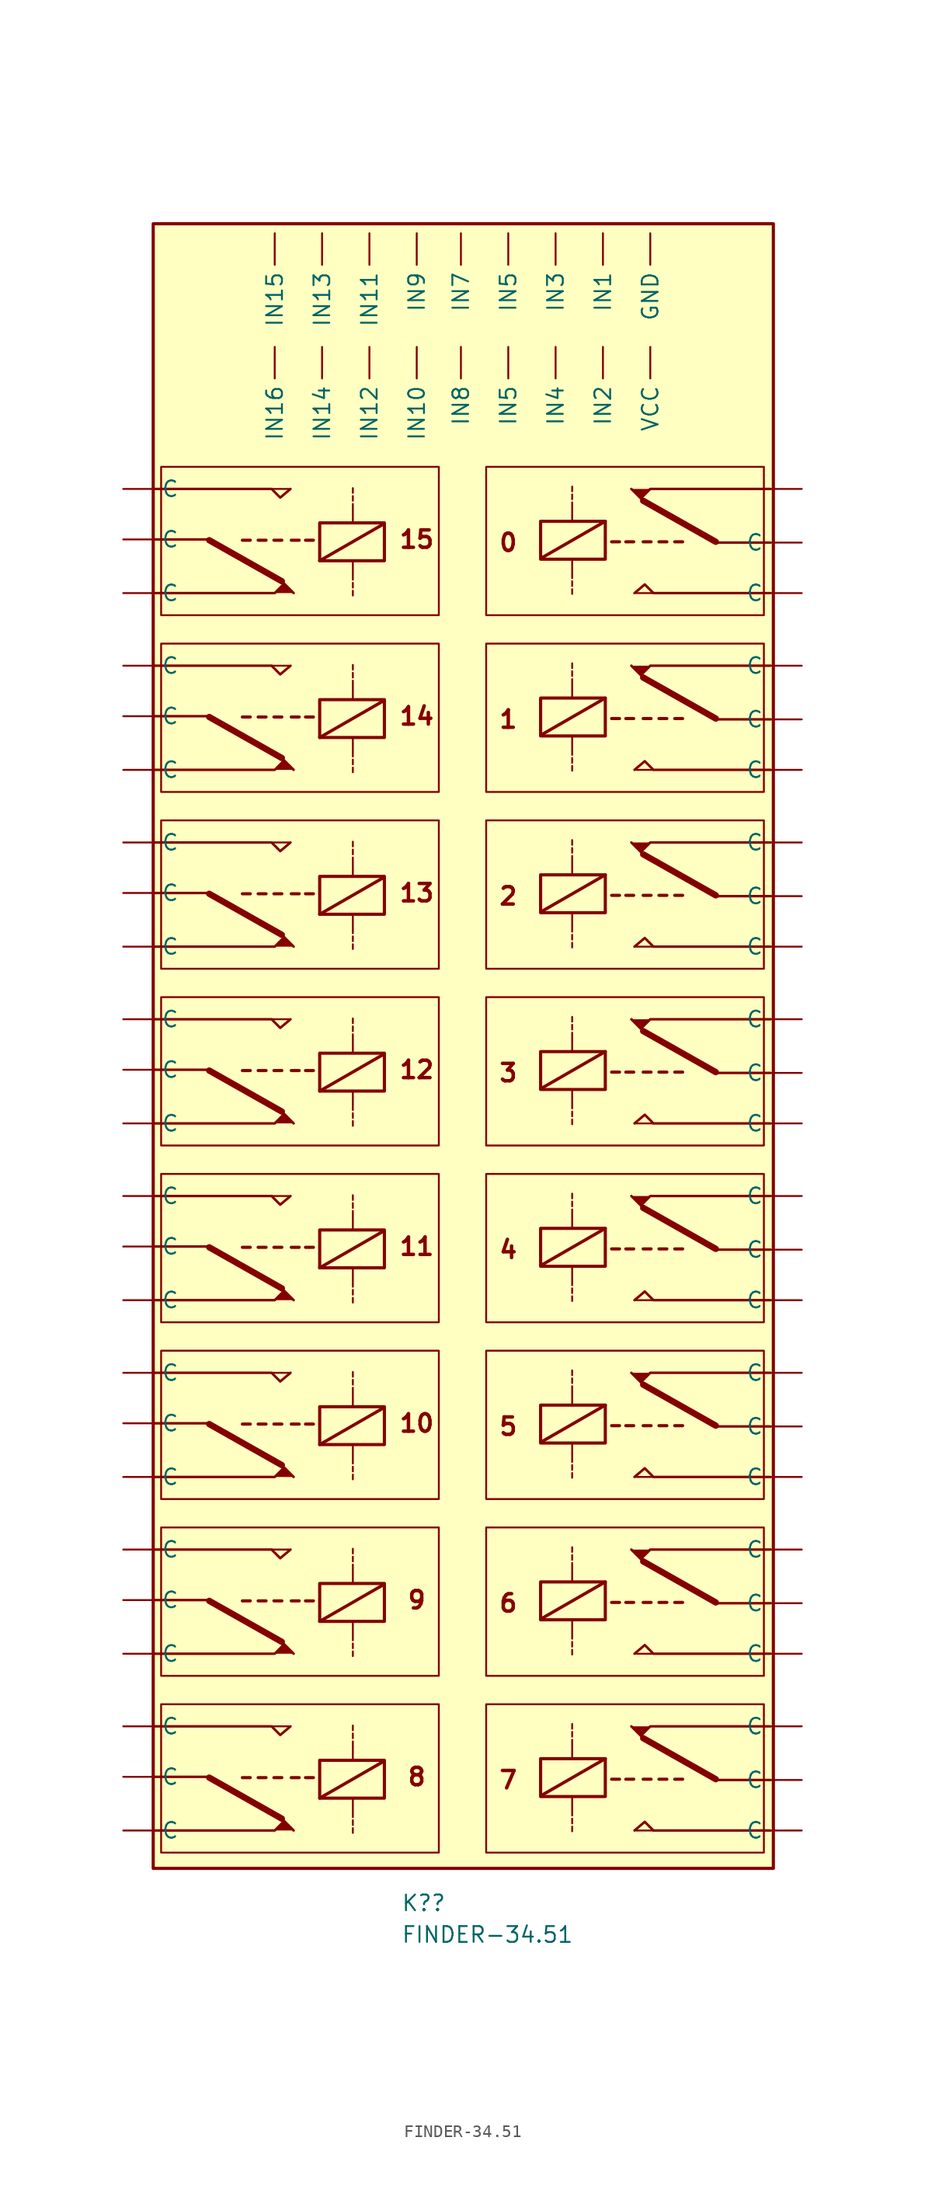
<source format=kicad_sym>
(kicad_symbol_lib
  (version 20211014)
  (generator kicad_symbol_editor)
  (symbol "FINDER-34.51"
    (property "Reference" "K?"
      (at -6.604 -118.872 0)
      (effects (font (size 1.27 1.27)) (justify left)))
    (property "Value" "FINDER-34.51"
      (at -6.604 -121.412 0)
      (effects (font (size 1.27 1.27)) (justify left)))
    (symbol "FINDER-34.51_0_0"
      (polyline (pts (xy -26.416 -104.648) (xy -17.018 -104.648) (xy -16.32 -105.347) (xy -15.494 -104.648)) (stroke (width 0.2) (type default) (color 0 0 0 0)) (fill (type none)))
      (polyline (pts (xy -26.416 -90.424) (xy -17.018 -90.424) (xy -16.32 -91.123) (xy -15.494 -90.424)) (stroke (width 0.2) (type default) (color 0 0 0 0)) (fill (type none)))
      (polyline (pts (xy -26.416 -76.2) (xy -17.018 -76.2) (xy -16.32 -76.898) (xy -15.494 -76.2)) (stroke (width 0.2) (type default) (color 0 0 0 0)) (fill (type none)))
      (polyline (pts (xy -26.416 -61.976) (xy -17.018 -61.976) (xy -16.32 -62.675) (xy -15.494 -61.976)) (stroke (width 0.2) (type default) (color 0 0 0 0)) (fill (type none)))
      (polyline (pts (xy -26.416 -47.752) (xy -17.018 -47.752) (xy -16.32 -48.45) (xy -15.494 -47.752)) (stroke (width 0.2) (type default) (color 0 0 0 0)) (fill (type none)))
      (polyline (pts (xy -26.416 -33.528) (xy -17.018 -33.528) (xy -16.32 -34.227) (xy -15.494 -33.528)) (stroke (width 0.2) (type default) (color 0 0 0 0)) (fill (type none)))
      (polyline (pts (xy -26.416 -19.304) (xy -17.018 -19.304) (xy -16.32 -20.003) (xy -15.494 -19.304)) (stroke (width 0.2) (type default) (color 0 0 0 0)) (fill (type none)))
      (polyline (pts (xy -26.416 -5.08) (xy -17.018 -5.08) (xy -16.32 -5.779) (xy -15.494 -5.08)) (stroke (width 0.2) (type default) (color 0 0 0 0)) (fill (type none)))
      (polyline (pts (xy 23.114 -113.03) (xy 13.716 -113.03) (xy 13.018 -112.332) (xy 12.192 -113.03)) (stroke (width 0.2) (type default) (color 0 0 0 0)) (fill (type none)))
      (polyline (pts (xy 23.114 -98.806) (xy 13.716 -98.806) (xy 13.018 -98.108) (xy 12.192 -98.806)) (stroke (width 0.2) (type default) (color 0 0 0 0)) (fill (type none)))
      (polyline (pts (xy 23.114 -84.582) (xy 13.716 -84.582) (xy 13.018 -83.883) (xy 12.192 -84.582)) (stroke (width 0.2) (type default) (color 0 0 0 0)) (fill (type none)))
      (polyline (pts (xy 23.114 -70.358) (xy 13.716 -70.358) (xy 13.018 -69.659) (xy 12.192 -70.358)) (stroke (width 0.2) (type default) (color 0 0 0 0)) (fill (type none)))
      (polyline (pts (xy 23.114 -56.134) (xy 13.716 -56.134) (xy 13.018 -55.435) (xy 12.192 -56.134)) (stroke (width 0.2) (type default) (color 0 0 0 0)) (fill (type none)))
      (polyline (pts (xy 23.114 -41.91) (xy 13.716 -41.91) (xy 13.018 -41.212) (xy 12.192 -41.91)) (stroke (width 0.2) (type default) (color 0 0 0 0)) (fill (type none)))
      (polyline (pts (xy 23.114 -27.686) (xy 13.716 -27.686) (xy 13.018 -26.988) (xy 12.192 -27.686)) (stroke (width 0.2) (type default) (color 0 0 0 0)) (fill (type none)))
      (polyline (pts (xy 23.114 -13.462) (xy 13.716 -13.462) (xy 13.018 -12.764) (xy 12.192 -13.462)) (stroke (width 0.2) (type default) (color 0 0 0 0)) (fill (type none)))
      (text "0" (at 2.032 -9.398 0) (effects (font (size 1.4 1.4) bold)))
      (text "1" (at 2.032 -23.622 0) (effects (font (size 1.4 1.4) bold)))
      (text "10" (at -5.334 -80.264 0) (effects (font (size 1.4 1.4) bold)))
      (text "11" (at -5.334 -66.04 0) (effects (font (size 1.4 1.4) bold)))
      (text "12" (at -5.334 -51.816 0) (effects (font (size 1.4 1.4) bold)))
      (text "13" (at -5.334 -37.592 0) (effects (font (size 1.4 1.4) bold)))
      (text "14" (at -5.334 -23.368 0) (effects (font (size 1.4 1.4) bold)))
      (text "15" (at -5.334 -9.144 0) (effects (font (size 1.4 1.4) bold)))
      (text "2" (at 2.032 -37.846 0) (effects (font (size 1.4 1.4) bold)))
      (text "3" (at 2.032 -52.07 0) (effects (font (size 1.4 1.4) bold)))
      (text "4" (at 2.032 -66.294 0) (effects (font (size 1.4 1.4) bold)))
      (text "5" (at 2.032 -80.518 0) (effects (font (size 1.4 1.4) bold)))
      (text "6" (at 2.032 -94.742 0) (effects (font (size 1.4 1.4) bold)))
      (text "7" (at 2.032 -108.966 0) (effects (font (size 1.4 1.4) bold)))
      (text "8" (at -5.334 -108.712 0) (effects (font (size 1.4 1.4) bold)))
      (text "9" (at -5.334 -94.488 0) (effects (font (size 1.4 1.4) bold))))
    (symbol "FINDER-34.51_0_1"
      (rectangle (start -26.543 16.256) (end 23.368 -116.078) (stroke (width 0.254) (type default) (color 0 0 0 0)) (fill (type background)))
      (rectangle (start -25.908 -102.87) (end -3.556 -114.808) (stroke (width 0) (type default) (color 0 0 0 0)) (fill (type none)))
      (rectangle (start -25.908 -88.646) (end -3.556 -100.584) (stroke (width 0) (type default) (color 0 0 0 0)) (fill (type none)))
      (rectangle (start -25.908 -74.422) (end -3.556 -86.36) (stroke (width 0) (type default) (color 0 0 0 0)) (fill (type none)))
      (rectangle (start -25.908 -60.198) (end -3.556 -72.136) (stroke (width 0) (type default) (color 0 0 0 0)) (fill (type none)))
      (rectangle (start -25.908 -45.974) (end -3.556 -57.912) (stroke (width 0) (type default) (color 0 0 0 0)) (fill (type none)))
      (rectangle (start -25.908 -31.75) (end -3.556 -43.688) (stroke (width 0) (type default) (color 0 0 0 0)) (fill (type none)))
      (rectangle (start -25.908 -17.526) (end -3.556 -29.464) (stroke (width 0) (type default) (color 0 0 0 0)) (fill (type none)))
      (rectangle (start -25.908 -3.302) (end -3.556 -15.24) (stroke (width 0) (type default) (color 0 0 0 0)) (fill (type none)))
      (rectangle (start -7.938 -107.379) (end -13.145 -110.427) (stroke (width 0.254) (type default) (color 0 0 0 0)) (fill (type none)))
      (rectangle (start -7.938 -93.154) (end -13.145 -96.203) (stroke (width 0.254) (type default) (color 0 0 0 0)) (fill (type none)))
      (rectangle (start -7.938 -78.93) (end -13.145 -81.978) (stroke (width 0.254) (type default) (color 0 0 0 0)) (fill (type none)))
      (rectangle (start -7.938 -64.707) (end -13.145 -67.754) (stroke (width 0.254) (type default) (color 0 0 0 0)) (fill (type none)))
      (rectangle (start -7.938 -50.483) (end -13.145 -53.531) (stroke (width 0.254) (type default) (color 0 0 0 0)) (fill (type none)))
      (rectangle (start -7.938 -36.258) (end -13.145 -39.306) (stroke (width 0.254) (type default) (color 0 0 0 0)) (fill (type none)))
      (rectangle (start -7.938 -22.035) (end -13.145 -25.082) (stroke (width 0.254) (type default) (color 0 0 0 0)) (fill (type none)))
      (rectangle (start -7.938 -7.811) (end -13.145 -10.858) (stroke (width 0.254) (type default) (color 0 0 0 0)) (fill (type none)))
      (polyline (pts (xy -22.098 -108.712) (xy -26.416 -108.712)) (stroke (width 0.2) (type default) (color 0 0 0 0)) (fill (type none)))
      (polyline (pts (xy -22.098 -94.488) (xy -26.416 -94.488)) (stroke (width 0.2) (type default) (color 0 0 0 0)) (fill (type none)))
      (polyline (pts (xy -22.098 -80.264) (xy -26.416 -80.264)) (stroke (width 0.2) (type default) (color 0 0 0 0)) (fill (type none)))
      (polyline (pts (xy -22.098 -66.04) (xy -26.416 -66.04)) (stroke (width 0.2) (type default) (color 0 0 0 0)) (fill (type none)))
      (polyline (pts (xy -22.098 -51.816) (xy -26.416 -51.816)) (stroke (width 0.2) (type default) (color 0 0 0 0)) (fill (type none)))
      (polyline (pts (xy -22.098 -37.592) (xy -26.416 -37.592)) (stroke (width 0.2) (type default) (color 0 0 0 0)) (fill (type none)))
      (polyline (pts (xy -22.098 -23.368) (xy -26.416 -23.368)) (stroke (width 0.2) (type default) (color 0 0 0 0)) (fill (type none)))
      (polyline (pts (xy -22.098 -9.144) (xy -26.416 -9.144)) (stroke (width 0.2) (type default) (color 0 0 0 0)) (fill (type none)))
      (polyline (pts (xy -22.035 -108.775) (xy -16.192 -112.078)) (stroke (width 0.508) (type default) (color 0 0 0 0)) (fill (type none)))
      (polyline (pts (xy -22.035 -94.552) (xy -16.192 -97.853)) (stroke (width 0.508) (type default) (color 0 0 0 0)) (fill (type none)))
      (polyline (pts (xy -22.035 -80.328) (xy -16.192 -83.629)) (stroke (width 0.508) (type default) (color 0 0 0 0)) (fill (type none)))
      (polyline (pts (xy -22.035 -66.103) (xy -16.192 -69.406)) (stroke (width 0.508) (type default) (color 0 0 0 0)) (fill (type none)))
      (polyline (pts (xy -22.035 -51.88) (xy -16.192 -55.181)) (stroke (width 0.508) (type default) (color 0 0 0 0)) (fill (type none)))
      (polyline (pts (xy -22.035 -37.656) (xy -16.192 -40.958)) (stroke (width 0.508) (type default) (color 0 0 0 0)) (fill (type none)))
      (polyline (pts (xy -22.035 -23.431) (xy -16.192 -26.733)) (stroke (width 0.508) (type default) (color 0 0 0 0)) (fill (type none)))
      (polyline (pts (xy -22.035 -9.207) (xy -16.192 -12.509)) (stroke (width 0.508) (type default) (color 0 0 0 0)) (fill (type none)))
      (polyline (pts (xy -19.367 -108.775) (xy -18.733 -108.775)) (stroke (width 0.254) (type default) (color 0 0 0 0)) (fill (type none)))
      (polyline (pts (xy -19.367 -94.552) (xy -18.733 -94.552)) (stroke (width 0.254) (type default) (color 0 0 0 0)) (fill (type none)))
      (polyline (pts (xy -19.367 -80.328) (xy -18.733 -80.328)) (stroke (width 0.254) (type default) (color 0 0 0 0)) (fill (type none)))
      (polyline (pts (xy -19.367 -66.103) (xy -18.733 -66.103)) (stroke (width 0.254) (type default) (color 0 0 0 0)) (fill (type none)))
      (polyline (pts (xy -19.367 -51.88) (xy -18.733 -51.88)) (stroke (width 0.254) (type default) (color 0 0 0 0)) (fill (type none)))
      (polyline (pts (xy -19.367 -37.656) (xy -18.733 -37.656)) (stroke (width 0.254) (type default) (color 0 0 0 0)) (fill (type none)))
      (polyline (pts (xy -19.367 -23.431) (xy -18.733 -23.431)) (stroke (width 0.254) (type default) (color 0 0 0 0)) (fill (type none)))
      (polyline (pts (xy -19.367 -9.207) (xy -18.733 -9.207)) (stroke (width 0.254) (type default) (color 0 0 0 0)) (fill (type none)))
      (polyline (pts (xy -18.098 -108.775) (xy -17.462 -108.775)) (stroke (width 0.254) (type default) (color 0 0 0 0)) (fill (type none)))
      (polyline (pts (xy -18.098 -94.552) (xy -17.462 -94.552)) (stroke (width 0.254) (type default) (color 0 0 0 0)) (fill (type none)))
      (polyline (pts (xy -18.098 -80.328) (xy -17.462 -80.328)) (stroke (width 0.254) (type default) (color 0 0 0 0)) (fill (type none)))
      (polyline (pts (xy -18.098 -66.103) (xy -17.462 -66.103)) (stroke (width 0.254) (type default) (color 0 0 0 0)) (fill (type none)))
      (polyline (pts (xy -18.098 -51.88) (xy -17.462 -51.88)) (stroke (width 0.254) (type default) (color 0 0 0 0)) (fill (type none)))
      (polyline (pts (xy -18.098 -37.656) (xy -17.462 -37.656)) (stroke (width 0.254) (type default) (color 0 0 0 0)) (fill (type none)))
      (polyline (pts (xy -18.098 -23.431) (xy -17.462 -23.431)) (stroke (width 0.254) (type default) (color 0 0 0 0)) (fill (type none)))
      (polyline (pts (xy -18.098 -9.207) (xy -17.462 -9.207)) (stroke (width 0.254) (type default) (color 0 0 0 0)) (fill (type none)))
      (polyline (pts (xy -17.018 -104.648) (xy -15.621 -104.648)) (stroke (width 0) (type default) (color 0 0 0 0)) (fill (type none)))
      (polyline (pts (xy -17.018 -90.424) (xy -15.621 -90.424)) (stroke (width 0) (type default) (color 0 0 0 0)) (fill (type none)))
      (polyline (pts (xy -17.018 -76.2) (xy -15.621 -76.2)) (stroke (width 0) (type default) (color 0 0 0 0)) (fill (type none)))
      (polyline (pts (xy -17.018 -61.976) (xy -15.621 -61.976)) (stroke (width 0) (type default) (color 0 0 0 0)) (fill (type none)))
      (polyline (pts (xy -17.018 -47.752) (xy -15.621 -47.752)) (stroke (width 0) (type default) (color 0 0 0 0)) (fill (type none)))
      (polyline (pts (xy -17.018 -33.528) (xy -15.621 -33.528)) (stroke (width 0) (type default) (color 0 0 0 0)) (fill (type none)))
      (polyline (pts (xy -17.018 -19.304) (xy -15.621 -19.304)) (stroke (width 0) (type default) (color 0 0 0 0)) (fill (type none)))
      (polyline (pts (xy -17.018 -5.08) (xy -15.621 -5.08)) (stroke (width 0) (type default) (color 0 0 0 0)) (fill (type none)))
      (polyline (pts (xy -16.828 -108.775) (xy -16.192 -108.775)) (stroke (width 0.254) (type default) (color 0 0 0 0)) (fill (type none)))
      (polyline (pts (xy -16.828 -94.552) (xy -16.192 -94.552)) (stroke (width 0.254) (type default) (color 0 0 0 0)) (fill (type none)))
      (polyline (pts (xy -16.828 -80.328) (xy -16.192 -80.328)) (stroke (width 0.254) (type default) (color 0 0 0 0)) (fill (type none)))
      (polyline (pts (xy -16.828 -66.103) (xy -16.192 -66.103)) (stroke (width 0.254) (type default) (color 0 0 0 0)) (fill (type none)))
      (polyline (pts (xy -16.828 -51.88) (xy -16.192 -51.88)) (stroke (width 0.254) (type default) (color 0 0 0 0)) (fill (type none)))
      (polyline (pts (xy -16.828 -37.656) (xy -16.192 -37.656)) (stroke (width 0.254) (type default) (color 0 0 0 0)) (fill (type none)))
      (polyline (pts (xy -16.828 -23.431) (xy -16.192 -23.431)) (stroke (width 0.254) (type default) (color 0 0 0 0)) (fill (type none)))
      (polyline (pts (xy -16.828 -9.207) (xy -16.192 -9.207)) (stroke (width 0.254) (type default) (color 0 0 0 0)) (fill (type none)))
      (polyline (pts (xy -15.431 -108.775) (xy -14.796 -108.775)) (stroke (width 0.254) (type default) (color 0 0 0 0)) (fill (type none)))
      (polyline (pts (xy -15.431 -94.552) (xy -14.796 -94.552)) (stroke (width 0.254) (type default) (color 0 0 0 0)) (fill (type none)))
      (polyline (pts (xy -15.431 -80.328) (xy -14.796 -80.328)) (stroke (width 0.254) (type default) (color 0 0 0 0)) (fill (type none)))
      (polyline (pts (xy -15.431 -66.103) (xy -14.796 -66.103)) (stroke (width 0.254) (type default) (color 0 0 0 0)) (fill (type none)))
      (polyline (pts (xy -15.431 -51.88) (xy -14.796 -51.88)) (stroke (width 0.254) (type default) (color 0 0 0 0)) (fill (type none)))
      (polyline (pts (xy -15.431 -37.656) (xy -14.796 -37.656)) (stroke (width 0.254) (type default) (color 0 0 0 0)) (fill (type none)))
      (polyline (pts (xy -15.431 -23.431) (xy -14.796 -23.431)) (stroke (width 0.254) (type default) (color 0 0 0 0)) (fill (type none)))
      (polyline (pts (xy -15.431 -9.207) (xy -14.796 -9.207)) (stroke (width 0.254) (type default) (color 0 0 0 0)) (fill (type none)))
      (polyline (pts (xy -14.287 -108.775) (xy -13.652 -108.775)) (stroke (width 0.254) (type default) (color 0 0 0 0)) (fill (type none)))
      (polyline (pts (xy -14.287 -94.552) (xy -13.652 -94.552)) (stroke (width 0.254) (type default) (color 0 0 0 0)) (fill (type none)))
      (polyline (pts (xy -14.287 -80.328) (xy -13.652 -80.328)) (stroke (width 0.254) (type default) (color 0 0 0 0)) (fill (type none)))
      (polyline (pts (xy -14.287 -66.103) (xy -13.652 -66.103)) (stroke (width 0.254) (type default) (color 0 0 0 0)) (fill (type none)))
      (polyline (pts (xy -14.287 -51.88) (xy -13.652 -51.88)) (stroke (width 0.254) (type default) (color 0 0 0 0)) (fill (type none)))
      (polyline (pts (xy -14.287 -37.656) (xy -13.652 -37.656)) (stroke (width 0.254) (type default) (color 0 0 0 0)) (fill (type none)))
      (polyline (pts (xy -14.287 -23.431) (xy -13.652 -23.431)) (stroke (width 0.254) (type default) (color 0 0 0 0)) (fill (type none)))
      (polyline (pts (xy -14.287 -9.207) (xy -13.652 -9.207)) (stroke (width 0.254) (type default) (color 0 0 0 0)) (fill (type none)))
      (polyline (pts (xy -13.145 -110.427) (xy -8.065 -107.505)) (stroke (width 0.254) (type default) (color 0 0 0 0)) (fill (type none)))
      (polyline (pts (xy -13.145 -96.203) (xy -8.065 -93.281)) (stroke (width 0.254) (type default) (color 0 0 0 0)) (fill (type none)))
      (polyline (pts (xy -13.145 -81.978) (xy -8.065 -79.058)) (stroke (width 0.254) (type default) (color 0 0 0 0)) (fill (type none)))
      (polyline (pts (xy -13.145 -67.754) (xy -8.065 -64.834)) (stroke (width 0.254) (type default) (color 0 0 0 0)) (fill (type none)))
      (polyline (pts (xy -13.145 -53.531) (xy -8.065 -50.609)) (stroke (width 0.254) (type default) (color 0 0 0 0)) (fill (type none)))
      (polyline (pts (xy -13.145 -39.306) (xy -8.065 -36.386)) (stroke (width 0.254) (type default) (color 0 0 0 0)) (fill (type none)))
      (polyline (pts (xy -13.145 -25.082) (xy -8.065 -22.162)) (stroke (width 0.254) (type default) (color 0 0 0 0)) (fill (type none)))
      (polyline (pts (xy -13.145 -10.858) (xy -8.065 -7.938)) (stroke (width 0.254) (type default) (color 0 0 0 0)) (fill (type none)))
      (polyline (pts (xy -10.477 -113.221) (xy -10.477 -112.84)) (stroke (width 0) (type default) (color 0 0 0 0)) (fill (type none)))
      (polyline (pts (xy -10.477 -112.585) (xy -10.477 -112.204)) (stroke (width 0) (type default) (color 0 0 0 0)) (fill (type none)))
      (polyline (pts (xy -10.477 -111.951) (xy -10.477 -110.553)) (stroke (width 0) (type default) (color 0 0 0 0)) (fill (type none)))
      (polyline (pts (xy -10.477 -105.855) (xy -10.477 -107.251)) (stroke (width 0) (type default) (color 0 0 0 0)) (fill (type none)))
      (polyline (pts (xy -10.477 -105.219) (xy -10.477 -105.6)) (stroke (width 0) (type default) (color 0 0 0 0)) (fill (type none)))
      (polyline (pts (xy -10.477 -104.585) (xy -10.477 -104.966)) (stroke (width 0) (type default) (color 0 0 0 0)) (fill (type none)))
      (polyline (pts (xy -10.477 -98.996) (xy -10.477 -98.615)) (stroke (width 0) (type default) (color 0 0 0 0)) (fill (type none)))
      (polyline (pts (xy -10.477 -98.362) (xy -10.477 -97.981)) (stroke (width 0) (type default) (color 0 0 0 0)) (fill (type none)))
      (polyline (pts (xy -10.477 -97.727) (xy -10.477 -96.329)) (stroke (width 0) (type default) (color 0 0 0 0)) (fill (type none)))
      (polyline (pts (xy -10.477 -91.63) (xy -10.477 -93.028)) (stroke (width 0) (type default) (color 0 0 0 0)) (fill (type none)))
      (polyline (pts (xy -10.477 -90.996) (xy -10.477 -91.376)) (stroke (width 0) (type default) (color 0 0 0 0)) (fill (type none)))
      (polyline (pts (xy -10.477 -90.361) (xy -10.477 -90.742)) (stroke (width 0) (type default) (color 0 0 0 0)) (fill (type none)))
      (polyline (pts (xy -10.477 -84.772) (xy -10.477 -84.391)) (stroke (width 0) (type default) (color 0 0 0 0)) (fill (type none)))
      (polyline (pts (xy -10.477 -84.138) (xy -10.477 -83.757)) (stroke (width 0) (type default) (color 0 0 0 0)) (fill (type none)))
      (polyline (pts (xy -10.477 -83.502) (xy -10.477 -82.106)) (stroke (width 0) (type default) (color 0 0 0 0)) (fill (type none)))
      (polyline (pts (xy -10.477 -77.406) (xy -10.477 -78.803)) (stroke (width 0) (type default) (color 0 0 0 0)) (fill (type none)))
      (polyline (pts (xy -10.477 -76.772) (xy -10.477 -77.153)) (stroke (width 0) (type default) (color 0 0 0 0)) (fill (type none)))
      (polyline (pts (xy -10.477 -76.136) (xy -10.477 -76.517)) (stroke (width 0) (type default) (color 0 0 0 0)) (fill (type none)))
      (polyline (pts (xy -10.477 -70.549) (xy -10.477 -70.168)) (stroke (width 0) (type default) (color 0 0 0 0)) (fill (type none)))
      (polyline (pts (xy -10.477 -69.913) (xy -10.477 -69.532)) (stroke (width 0) (type default) (color 0 0 0 0)) (fill (type none)))
      (polyline (pts (xy -10.477 -69.278) (xy -10.477 -67.882)) (stroke (width 0) (type default) (color 0 0 0 0)) (fill (type none)))
      (polyline (pts (xy -10.477 -63.182) (xy -10.477 -64.579)) (stroke (width 0) (type default) (color 0 0 0 0)) (fill (type none)))
      (polyline (pts (xy -10.477 -62.547) (xy -10.477 -62.928)) (stroke (width 0) (type default) (color 0 0 0 0)) (fill (type none)))
      (polyline (pts (xy -10.477 -61.913) (xy -10.477 -62.294)) (stroke (width 0) (type default) (color 0 0 0 0)) (fill (type none)))
      (polyline (pts (xy -10.477 -56.325) (xy -10.477 -55.944)) (stroke (width 0) (type default) (color 0 0 0 0)) (fill (type none)))
      (polyline (pts (xy -10.477 -55.69) (xy -10.477 -55.309)) (stroke (width 0) (type default) (color 0 0 0 0)) (fill (type none)))
      (polyline (pts (xy -10.477 -55.054) (xy -10.477 -53.657)) (stroke (width 0) (type default) (color 0 0 0 0)) (fill (type none)))
      (polyline (pts (xy -10.477 -48.959) (xy -10.477 -50.355)) (stroke (width 0) (type default) (color 0 0 0 0)) (fill (type none)))
      (polyline (pts (xy -10.477 -48.324) (xy -10.477 -48.705)) (stroke (width 0) (type default) (color 0 0 0 0)) (fill (type none)))
      (polyline (pts (xy -10.477 -47.688) (xy -10.477 -48.069)) (stroke (width 0) (type default) (color 0 0 0 0)) (fill (type none)))
      (polyline (pts (xy -10.477 -42.1) (xy -10.477 -41.719)) (stroke (width 0) (type default) (color 0 0 0 0)) (fill (type none)))
      (polyline (pts (xy -10.477 -41.465) (xy -10.477 -41.084)) (stroke (width 0) (type default) (color 0 0 0 0)) (fill (type none)))
      (polyline (pts (xy -10.477 -40.831) (xy -10.477 -39.434)) (stroke (width 0) (type default) (color 0 0 0 0)) (fill (type none)))
      (polyline (pts (xy -10.477 -34.734) (xy -10.477 -36.132)) (stroke (width 0) (type default) (color 0 0 0 0)) (fill (type none)))
      (polyline (pts (xy -10.477 -34.099) (xy -10.477 -34.48)) (stroke (width 0) (type default) (color 0 0 0 0)) (fill (type none)))
      (polyline (pts (xy -10.477 -33.465) (xy -10.477 -33.846)) (stroke (width 0) (type default) (color 0 0 0 0)) (fill (type none)))
      (polyline (pts (xy -10.477 -27.877) (xy -10.477 -27.495)) (stroke (width 0) (type default) (color 0 0 0 0)) (fill (type none)))
      (polyline (pts (xy -10.477 -27.241) (xy -10.477 -26.86)) (stroke (width 0) (type default) (color 0 0 0 0)) (fill (type none)))
      (polyline (pts (xy -10.477 -26.607) (xy -10.477 -25.209)) (stroke (width 0) (type default) (color 0 0 0 0)) (fill (type none)))
      (polyline (pts (xy -10.477 -20.511) (xy -10.477 -21.907)) (stroke (width 0) (type default) (color 0 0 0 0)) (fill (type none)))
      (polyline (pts (xy -10.477 -19.875) (xy -10.477 -20.256)) (stroke (width 0) (type default) (color 0 0 0 0)) (fill (type none)))
      (polyline (pts (xy -10.477 -19.241) (xy -10.477 -19.622)) (stroke (width 0) (type default) (color 0 0 0 0)) (fill (type none)))
      (polyline (pts (xy -10.477 -13.652) (xy -10.477 -13.271)) (stroke (width 0) (type default) (color 0 0 0 0)) (fill (type none)))
      (polyline (pts (xy -10.477 -13.018) (xy -10.477 -12.636)) (stroke (width 0) (type default) (color 0 0 0 0)) (fill (type none)))
      (polyline (pts (xy -10.477 -12.383) (xy -10.477 -10.986)) (stroke (width 0) (type default) (color 0 0 0 0)) (fill (type none)))
      (polyline (pts (xy -10.477 -6.287) (xy -10.477 -7.684)) (stroke (width 0) (type default) (color 0 0 0 0)) (fill (type none)))
      (polyline (pts (xy -10.477 -5.652) (xy -10.477 -6.032)) (stroke (width 0) (type default) (color 0 0 0 0)) (fill (type none)))
      (polyline (pts (xy -10.477 -5.016) (xy -10.477 -5.397)) (stroke (width 0) (type default) (color 0 0 0 0)) (fill (type none)))
      (polyline (pts (xy 7.176 -113.094) (xy 7.176 -112.713)) (stroke (width 0) (type default) (color 0 0 0 0)) (fill (type none)))
      (polyline (pts (xy 7.176 -112.459) (xy 7.176 -112.078)) (stroke (width 0) (type default) (color 0 0 0 0)) (fill (type none)))
      (polyline (pts (xy 7.176 -111.823) (xy 7.176 -110.427)) (stroke (width 0) (type default) (color 0 0 0 0)) (fill (type none)))
      (polyline (pts (xy 7.176 -105.728) (xy 7.176 -107.124)) (stroke (width 0) (type default) (color 0 0 0 0)) (fill (type none)))
      (polyline (pts (xy 7.176 -105.093) (xy 7.176 -105.474)) (stroke (width 0) (type default) (color 0 0 0 0)) (fill (type none)))
      (polyline (pts (xy 7.176 -104.457) (xy 7.176 -104.838)) (stroke (width 0) (type default) (color 0 0 0 0)) (fill (type none)))
      (polyline (pts (xy 7.176 -98.87) (xy 7.176 -98.489)) (stroke (width 0) (type default) (color 0 0 0 0)) (fill (type none)))
      (polyline (pts (xy 7.176 -98.234) (xy 7.176 -97.853)) (stroke (width 0) (type default) (color 0 0 0 0)) (fill (type none)))
      (polyline (pts (xy 7.176 -97.6) (xy 7.176 -96.203)) (stroke (width 0) (type default) (color 0 0 0 0)) (fill (type none)))
      (polyline (pts (xy 7.176 -91.504) (xy 7.176 -92.9)) (stroke (width 0) (type default) (color 0 0 0 0)) (fill (type none)))
      (polyline (pts (xy 7.176 -90.868) (xy 7.176 -91.249)) (stroke (width 0) (type default) (color 0 0 0 0)) (fill (type none)))
      (polyline (pts (xy 7.176 -90.234) (xy 7.176 -90.615)) (stroke (width 0) (type default) (color 0 0 0 0)) (fill (type none)))
      (polyline (pts (xy 7.176 -84.645) (xy 7.176 -84.264)) (stroke (width 0) (type default) (color 0 0 0 0)) (fill (type none)))
      (polyline (pts (xy 7.176 -84.01) (xy 7.176 -83.629)) (stroke (width 0) (type default) (color 0 0 0 0)) (fill (type none)))
      (polyline (pts (xy 7.176 -83.376) (xy 7.176 -81.978)) (stroke (width 0) (type default) (color 0 0 0 0)) (fill (type none)))
      (polyline (pts (xy 7.176 -77.279) (xy 7.176 -78.677)) (stroke (width 0) (type default) (color 0 0 0 0)) (fill (type none)))
      (polyline (pts (xy 7.176 -76.644) (xy 7.176 -77.025)) (stroke (width 0) (type default) (color 0 0 0 0)) (fill (type none)))
      (polyline (pts (xy 7.176 -76.01) (xy 7.176 -76.391)) (stroke (width 0) (type default) (color 0 0 0 0)) (fill (type none)))
      (polyline (pts (xy 7.176 -70.421) (xy 7.176 -70.04)) (stroke (width 0) (type default) (color 0 0 0 0)) (fill (type none)))
      (polyline (pts (xy 7.176 -69.787) (xy 7.176 -69.406)) (stroke (width 0) (type default) (color 0 0 0 0)) (fill (type none)))
      (polyline (pts (xy 7.176 -69.151) (xy 7.176 -67.754)) (stroke (width 0) (type default) (color 0 0 0 0)) (fill (type none)))
      (polyline (pts (xy 7.176 -63.056) (xy 7.176 -64.453)) (stroke (width 0) (type default) (color 0 0 0 0)) (fill (type none)))
      (polyline (pts (xy 7.176 -62.42) (xy 7.176 -62.801)) (stroke (width 0) (type default) (color 0 0 0 0)) (fill (type none)))
      (polyline (pts (xy 7.176 -61.785) (xy 7.176 -62.166)) (stroke (width 0) (type default) (color 0 0 0 0)) (fill (type none)))
      (polyline (pts (xy 7.176 -56.197) (xy 7.176 -55.816)) (stroke (width 0) (type default) (color 0 0 0 0)) (fill (type none)))
      (polyline (pts (xy 7.176 -55.562) (xy 7.176 -55.181)) (stroke (width 0) (type default) (color 0 0 0 0)) (fill (type none)))
      (polyline (pts (xy 7.176 -54.928) (xy 7.176 -53.531)) (stroke (width 0) (type default) (color 0 0 0 0)) (fill (type none)))
      (polyline (pts (xy 7.176 -48.831) (xy 7.176 -50.228)) (stroke (width 0) (type default) (color 0 0 0 0)) (fill (type none)))
      (polyline (pts (xy 7.176 -48.197) (xy 7.176 -48.578)) (stroke (width 0) (type default) (color 0 0 0 0)) (fill (type none)))
      (polyline (pts (xy 7.176 -47.562) (xy 7.176 -47.943)) (stroke (width 0) (type default) (color 0 0 0 0)) (fill (type none)))
      (polyline (pts (xy 7.176 -41.974) (xy 7.176 -41.593)) (stroke (width 0) (type default) (color 0 0 0 0)) (fill (type none)))
      (polyline (pts (xy 7.176 -41.339) (xy 7.176 -40.958)) (stroke (width 0) (type default) (color 0 0 0 0)) (fill (type none)))
      (polyline (pts (xy 7.176 -40.703) (xy 7.176 -39.306)) (stroke (width 0) (type default) (color 0 0 0 0)) (fill (type none)))
      (polyline (pts (xy 7.176 -34.608) (xy 7.176 -36.005)) (stroke (width 0) (type default) (color 0 0 0 0)) (fill (type none)))
      (polyline (pts (xy 7.176 -33.972) (xy 7.176 -34.353)) (stroke (width 0) (type default) (color 0 0 0 0)) (fill (type none)))
      (polyline (pts (xy 7.176 -33.337) (xy 7.176 -33.718)) (stroke (width 0) (type default) (color 0 0 0 0)) (fill (type none)))
      (polyline (pts (xy 7.176 -27.75) (xy 7.176 -27.369)) (stroke (width 0) (type default) (color 0 0 0 0)) (fill (type none)))
      (polyline (pts (xy 7.176 -27.114) (xy 7.176 -26.733)) (stroke (width 0) (type default) (color 0 0 0 0)) (fill (type none)))
      (polyline (pts (xy 7.176 -26.48) (xy 7.176 -25.082)) (stroke (width 0) (type default) (color 0 0 0 0)) (fill (type none)))
      (polyline (pts (xy 7.176 -20.384) (xy 7.176 -21.78)) (stroke (width 0) (type default) (color 0 0 0 0)) (fill (type none)))
      (polyline (pts (xy 7.176 -19.748) (xy 7.176 -20.13)) (stroke (width 0) (type default) (color 0 0 0 0)) (fill (type none)))
      (polyline (pts (xy 7.176 -19.113) (xy 7.176 -19.494)) (stroke (width 0) (type default) (color 0 0 0 0)) (fill (type none)))
      (polyline (pts (xy 7.176 -13.525) (xy 7.176 -13.145)) (stroke (width 0) (type default) (color 0 0 0 0)) (fill (type none)))
      (polyline (pts (xy 7.176 -12.89) (xy 7.176 -12.509)) (stroke (width 0) (type default) (color 0 0 0 0)) (fill (type none)))
      (polyline (pts (xy 7.176 -12.255) (xy 7.176 -10.858)) (stroke (width 0) (type default) (color 0 0 0 0)) (fill (type none)))
      (polyline (pts (xy 7.176 -6.16) (xy 7.176 -7.556)) (stroke (width 0) (type default) (color 0 0 0 0)) (fill (type none)))
      (polyline (pts (xy 7.176 -5.524) (xy 7.176 -5.905)) (stroke (width 0) (type default) (color 0 0 0 0)) (fill (type none)))
      (polyline (pts (xy 7.176 -4.889) (xy 7.176 -5.271)) (stroke (width 0) (type default) (color 0 0 0 0)) (fill (type none)))
      (polyline (pts (xy 9.842 -107.251) (xy 4.763 -110.172)) (stroke (width 0.254) (type default) (color 0 0 0 0)) (fill (type none)))
      (polyline (pts (xy 9.842 -93.028) (xy 4.763 -95.948)) (stroke (width 0.254) (type default) (color 0 0 0 0)) (fill (type none)))
      (polyline (pts (xy 9.842 -78.803) (xy 4.763 -81.725)) (stroke (width 0.254) (type default) (color 0 0 0 0)) (fill (type none)))
      (polyline (pts (xy 9.842 -64.579) (xy 4.763 -67.501)) (stroke (width 0.254) (type default) (color 0 0 0 0)) (fill (type none)))
      (polyline (pts (xy 9.842 -50.355) (xy 4.763 -53.276)) (stroke (width 0.254) (type default) (color 0 0 0 0)) (fill (type none)))
      (polyline (pts (xy 9.842 -36.132) (xy 4.763 -39.053)) (stroke (width 0.254) (type default) (color 0 0 0 0)) (fill (type none)))
      (polyline (pts (xy 9.842 -21.907) (xy 4.763 -24.828)) (stroke (width 0.254) (type default) (color 0 0 0 0)) (fill (type none)))
      (polyline (pts (xy 9.842 -7.684) (xy 4.763 -10.604)) (stroke (width 0.254) (type default) (color 0 0 0 0)) (fill (type none)))
      (polyline (pts (xy 10.986 -108.903) (xy 10.351 -108.903)) (stroke (width 0.254) (type default) (color 0 0 0 0)) (fill (type none)))
      (polyline (pts (xy 10.986 -94.678) (xy 10.351 -94.678)) (stroke (width 0.254) (type default) (color 0 0 0 0)) (fill (type none)))
      (polyline (pts (xy 10.986 -80.454) (xy 10.351 -80.454)) (stroke (width 0.254) (type default) (color 0 0 0 0)) (fill (type none)))
      (polyline (pts (xy 10.986 -66.231) (xy 10.351 -66.231)) (stroke (width 0.254) (type default) (color 0 0 0 0)) (fill (type none)))
      (polyline (pts (xy 10.986 -52.007) (xy 10.351 -52.007)) (stroke (width 0.254) (type default) (color 0 0 0 0)) (fill (type none)))
      (polyline (pts (xy 10.986 -37.782) (xy 10.351 -37.782)) (stroke (width 0.254) (type default) (color 0 0 0 0)) (fill (type none)))
      (polyline (pts (xy 10.986 -23.558) (xy 10.351 -23.558)) (stroke (width 0.254) (type default) (color 0 0 0 0)) (fill (type none)))
      (polyline (pts (xy 10.986 -9.335) (xy 10.351 -9.335)) (stroke (width 0.254) (type default) (color 0 0 0 0)) (fill (type none)))
      (polyline (pts (xy 12.129 -108.903) (xy 11.493 -108.903)) (stroke (width 0.254) (type default) (color 0 0 0 0)) (fill (type none)))
      (polyline (pts (xy 12.129 -94.678) (xy 11.493 -94.678)) (stroke (width 0.254) (type default) (color 0 0 0 0)) (fill (type none)))
      (polyline (pts (xy 12.129 -80.454) (xy 11.493 -80.454)) (stroke (width 0.254) (type default) (color 0 0 0 0)) (fill (type none)))
      (polyline (pts (xy 12.129 -66.231) (xy 11.493 -66.231)) (stroke (width 0.254) (type default) (color 0 0 0 0)) (fill (type none)))
      (polyline (pts (xy 12.129 -52.007) (xy 11.493 -52.007)) (stroke (width 0.254) (type default) (color 0 0 0 0)) (fill (type none)))
      (polyline (pts (xy 12.129 -37.782) (xy 11.493 -37.782)) (stroke (width 0.254) (type default) (color 0 0 0 0)) (fill (type none)))
      (polyline (pts (xy 12.129 -23.558) (xy 11.493 -23.558)) (stroke (width 0.254) (type default) (color 0 0 0 0)) (fill (type none)))
      (polyline (pts (xy 12.129 -9.335) (xy 11.493 -9.335)) (stroke (width 0.254) (type default) (color 0 0 0 0)) (fill (type none)))
      (polyline (pts (xy 13.525 -108.903) (xy 12.89 -108.903)) (stroke (width 0.254) (type default) (color 0 0 0 0)) (fill (type none)))
      (polyline (pts (xy 13.525 -94.678) (xy 12.89 -94.678)) (stroke (width 0.254) (type default) (color 0 0 0 0)) (fill (type none)))
      (polyline (pts (xy 13.525 -80.454) (xy 12.89 -80.454)) (stroke (width 0.254) (type default) (color 0 0 0 0)) (fill (type none)))
      (polyline (pts (xy 13.525 -66.231) (xy 12.89 -66.231)) (stroke (width 0.254) (type default) (color 0 0 0 0)) (fill (type none)))
      (polyline (pts (xy 13.525 -52.007) (xy 12.89 -52.007)) (stroke (width 0.254) (type default) (color 0 0 0 0)) (fill (type none)))
      (polyline (pts (xy 13.525 -37.782) (xy 12.89 -37.782)) (stroke (width 0.254) (type default) (color 0 0 0 0)) (fill (type none)))
      (polyline (pts (xy 13.525 -23.558) (xy 12.89 -23.558)) (stroke (width 0.254) (type default) (color 0 0 0 0)) (fill (type none)))
      (polyline (pts (xy 13.525 -9.335) (xy 12.89 -9.335)) (stroke (width 0.254) (type default) (color 0 0 0 0)) (fill (type none)))
      (polyline (pts (xy 13.716 -113.03) (xy 12.319 -113.03)) (stroke (width 0) (type default) (color 0 0 0 0)) (fill (type none)))
      (polyline (pts (xy 13.716 -98.806) (xy 12.319 -98.806)) (stroke (width 0) (type default) (color 0 0 0 0)) (fill (type none)))
      (polyline (pts (xy 13.716 -84.582) (xy 12.319 -84.582)) (stroke (width 0) (type default) (color 0 0 0 0)) (fill (type none)))
      (polyline (pts (xy 13.716 -70.358) (xy 12.319 -70.358)) (stroke (width 0) (type default) (color 0 0 0 0)) (fill (type none)))
      (polyline (pts (xy 13.716 -56.134) (xy 12.319 -56.134)) (stroke (width 0) (type default) (color 0 0 0 0)) (fill (type none)))
      (polyline (pts (xy 13.716 -41.91) (xy 12.319 -41.91)) (stroke (width 0) (type default) (color 0 0 0 0)) (fill (type none)))
      (polyline (pts (xy 13.716 -27.686) (xy 12.319 -27.686)) (stroke (width 0) (type default) (color 0 0 0 0)) (fill (type none)))
      (polyline (pts (xy 13.716 -13.462) (xy 12.319 -13.462)) (stroke (width 0) (type default) (color 0 0 0 0)) (fill (type none)))
      (polyline (pts (xy 14.796 -108.903) (xy 14.161 -108.903)) (stroke (width 0.254) (type default) (color 0 0 0 0)) (fill (type none)))
      (polyline (pts (xy 14.796 -94.678) (xy 14.161 -94.678)) (stroke (width 0.254) (type default) (color 0 0 0 0)) (fill (type none)))
      (polyline (pts (xy 14.796 -80.454) (xy 14.161 -80.454)) (stroke (width 0.254) (type default) (color 0 0 0 0)) (fill (type none)))
      (polyline (pts (xy 14.796 -66.231) (xy 14.161 -66.231)) (stroke (width 0.254) (type default) (color 0 0 0 0)) (fill (type none)))
      (polyline (pts (xy 14.796 -52.007) (xy 14.161 -52.007)) (stroke (width 0.254) (type default) (color 0 0 0 0)) (fill (type none)))
      (polyline (pts (xy 14.796 -37.782) (xy 14.161 -37.782)) (stroke (width 0.254) (type default) (color 0 0 0 0)) (fill (type none)))
      (polyline (pts (xy 14.796 -23.558) (xy 14.161 -23.558)) (stroke (width 0.254) (type default) (color 0 0 0 0)) (fill (type none)))
      (polyline (pts (xy 14.796 -9.335) (xy 14.161 -9.335)) (stroke (width 0.254) (type default) (color 0 0 0 0)) (fill (type none)))
      (polyline (pts (xy 16.066 -108.903) (xy 15.431 -108.903)) (stroke (width 0.254) (type default) (color 0 0 0 0)) (fill (type none)))
      (polyline (pts (xy 16.066 -94.678) (xy 15.431 -94.678)) (stroke (width 0.254) (type default) (color 0 0 0 0)) (fill (type none)))
      (polyline (pts (xy 16.066 -80.454) (xy 15.431 -80.454)) (stroke (width 0.254) (type default) (color 0 0 0 0)) (fill (type none)))
      (polyline (pts (xy 16.066 -66.231) (xy 15.431 -66.231)) (stroke (width 0.254) (type default) (color 0 0 0 0)) (fill (type none)))
      (polyline (pts (xy 16.066 -52.007) (xy 15.431 -52.007)) (stroke (width 0.254) (type default) (color 0 0 0 0)) (fill (type none)))
      (polyline (pts (xy 16.066 -37.782) (xy 15.431 -37.782)) (stroke (width 0.254) (type default) (color 0 0 0 0)) (fill (type none)))
      (polyline (pts (xy 16.066 -23.558) (xy 15.431 -23.558)) (stroke (width 0.254) (type default) (color 0 0 0 0)) (fill (type none)))
      (polyline (pts (xy 16.066 -9.335) (xy 15.431 -9.335)) (stroke (width 0.254) (type default) (color 0 0 0 0)) (fill (type none)))
      (polyline (pts (xy 18.733 -108.903) (xy 12.89 -105.6)) (stroke (width 0.508) (type default) (color 0 0 0 0)) (fill (type none)))
      (polyline (pts (xy 18.733 -94.678) (xy 12.89 -91.376)) (stroke (width 0.508) (type default) (color 0 0 0 0)) (fill (type none)))
      (polyline (pts (xy 18.733 -80.454) (xy 12.89 -77.153)) (stroke (width 0.508) (type default) (color 0 0 0 0)) (fill (type none)))
      (polyline (pts (xy 18.733 -66.231) (xy 12.89 -62.928)) (stroke (width 0.508) (type default) (color 0 0 0 0)) (fill (type none)))
      (polyline (pts (xy 18.733 -52.007) (xy 12.89 -48.705)) (stroke (width 0.508) (type default) (color 0 0 0 0)) (fill (type none)))
      (polyline (pts (xy 18.733 -37.782) (xy 12.89 -34.48)) (stroke (width 0.508) (type default) (color 0 0 0 0)) (fill (type none)))
      (polyline (pts (xy 18.733 -23.558) (xy 12.89 -20.256)) (stroke (width 0.508) (type default) (color 0 0 0 0)) (fill (type none)))
      (polyline (pts (xy 18.733 -9.335) (xy 12.89 -6.032)) (stroke (width 0.508) (type default) (color 0 0 0 0)) (fill (type none)))
      (polyline (pts (xy 18.796 -108.966) (xy 23.114 -108.966)) (stroke (width 0.2) (type default) (color 0 0 0 0)) (fill (type none)))
      (polyline (pts (xy 18.796 -94.742) (xy 23.114 -94.742)) (stroke (width 0.2) (type default) (color 0 0 0 0)) (fill (type none)))
      (polyline (pts (xy 18.796 -80.518) (xy 23.114 -80.518)) (stroke (width 0.2) (type default) (color 0 0 0 0)) (fill (type none)))
      (polyline (pts (xy 18.796 -66.294) (xy 23.114 -66.294)) (stroke (width 0.2) (type default) (color 0 0 0 0)) (fill (type none)))
      (polyline (pts (xy 18.796 -52.07) (xy 23.114 -52.07)) (stroke (width 0.2) (type default) (color 0 0 0 0)) (fill (type none)))
      (polyline (pts (xy 18.796 -37.846) (xy 23.114 -37.846)) (stroke (width 0.2) (type default) (color 0 0 0 0)) (fill (type none)))
      (polyline (pts (xy 18.796 -23.622) (xy 23.114 -23.622)) (stroke (width 0.2) (type default) (color 0 0 0 0)) (fill (type none)))
      (polyline (pts (xy 18.796 -9.398) (xy 23.114 -9.398)) (stroke (width 0.2) (type default) (color 0 0 0 0)) (fill (type none)))
      (polyline (pts (xy -26.416 -113.03) (xy -16.764 -113.03) (xy -16.002 -112.268) (xy -15.24 -113.03)) (stroke (width 0.2) (type default) (color 0 0 0 0)) (fill (type outline)))
      (polyline (pts (xy -26.416 -98.806) (xy -16.764 -98.806) (xy -16.002 -98.044) (xy -15.24 -98.806)) (stroke (width 0.2) (type default) (color 0 0 0 0)) (fill (type outline)))
      (polyline (pts (xy -26.416 -84.582) (xy -16.764 -84.582) (xy -16.002 -83.82) (xy -15.24 -84.582)) (stroke (width 0.2) (type default) (color 0 0 0 0)) (fill (type outline)))
      (polyline (pts (xy -26.416 -70.358) (xy -16.764 -70.358) (xy -16.002 -69.596) (xy -15.24 -70.358)) (stroke (width 0.2) (type default) (color 0 0 0 0)) (fill (type outline)))
      (polyline (pts (xy -26.416 -56.134) (xy -16.764 -56.134) (xy -16.002 -55.372) (xy -15.24 -56.134)) (stroke (width 0.2) (type default) (color 0 0 0 0)) (fill (type outline)))
      (polyline (pts (xy -26.416 -41.91) (xy -16.764 -41.91) (xy -16.002 -41.148) (xy -15.24 -41.91)) (stroke (width 0.2) (type default) (color 0 0 0 0)) (fill (type outline)))
      (polyline (pts (xy -26.416 -27.686) (xy -16.764 -27.686) (xy -16.002 -26.924) (xy -15.24 -27.686)) (stroke (width 0.2) (type default) (color 0 0 0 0)) (fill (type outline)))
      (polyline (pts (xy -26.416 -13.462) (xy -16.764 -13.462) (xy -16.002 -12.7) (xy -15.24 -13.462)) (stroke (width 0.2) (type default) (color 0 0 0 0)) (fill (type outline)))
      (polyline (pts (xy 23.114 -104.648) (xy 13.462 -104.648) (xy 12.7 -105.41) (xy 11.938 -104.648)) (stroke (width 0.2) (type default) (color 0 0 0 0)) (fill (type outline)))
      (polyline (pts (xy 23.114 -90.424) (xy 13.462 -90.424) (xy 12.7 -91.186) (xy 11.938 -90.424)) (stroke (width 0.2) (type default) (color 0 0 0 0)) (fill (type outline)))
      (polyline (pts (xy 23.114 -76.2) (xy 13.462 -76.2) (xy 12.7 -76.962) (xy 11.938 -76.2)) (stroke (width 0.2) (type default) (color 0 0 0 0)) (fill (type outline)))
      (polyline (pts (xy 23.114 -61.976) (xy 13.462 -61.976) (xy 12.7 -62.738) (xy 11.938 -61.976)) (stroke (width 0.2) (type default) (color 0 0 0 0)) (fill (type outline)))
      (polyline (pts (xy 23.114 -47.752) (xy 13.462 -47.752) (xy 12.7 -48.514) (xy 11.938 -47.752)) (stroke (width 0.2) (type default) (color 0 0 0 0)) (fill (type outline)))
      (polyline (pts (xy 23.114 -33.528) (xy 13.462 -33.528) (xy 12.7 -34.29) (xy 11.938 -33.528)) (stroke (width 0.2) (type default) (color 0 0 0 0)) (fill (type outline)))
      (polyline (pts (xy 23.114 -19.304) (xy 13.462 -19.304) (xy 12.7 -20.066) (xy 11.938 -19.304)) (stroke (width 0.2) (type default) (color 0 0 0 0)) (fill (type outline)))
      (polyline (pts (xy 23.114 -5.08) (xy 13.462 -5.08) (xy 12.7 -5.842) (xy 11.938 -5.08)) (stroke (width 0.2) (type default) (color 0 0 0 0)) (fill (type outline)))
      (rectangle (start 0.254 -102.87) (end 22.606 -114.808) (stroke (width 0) (type default) (color 0 0 0 0)) (fill (type none)))
      (rectangle (start 0.254 -88.646) (end 22.606 -100.584) (stroke (width 0) (type default) (color 0 0 0 0)) (fill (type none)))
      (rectangle (start 0.254 -74.422) (end 22.606 -86.36) (stroke (width 0) (type default) (color 0 0 0 0)) (fill (type none)))
      (rectangle (start 0.254 -60.198) (end 22.606 -72.136) (stroke (width 0) (type default) (color 0 0 0 0)) (fill (type none)))
      (rectangle (start 0.254 -45.974) (end 22.606 -57.912) (stroke (width 0) (type default) (color 0 0 0 0)) (fill (type none)))
      (rectangle (start 0.254 -31.75) (end 22.606 -43.688) (stroke (width 0) (type default) (color 0 0 0 0)) (fill (type none)))
      (rectangle (start 0.254 -17.526) (end 22.606 -29.464) (stroke (width 0) (type default) (color 0 0 0 0)) (fill (type none)))
      (rectangle (start 0.254 -3.302) (end 22.606 -15.24) (stroke (width 0) (type default) (color 0 0 0 0)) (fill (type none)))
      (rectangle (start 4.636 -110.299) (end 9.842 -107.251) (stroke (width 0.254) (type default) (color 0 0 0 0)) (fill (type none)))
      (rectangle (start 4.636 -96.076) (end 9.842 -93.028) (stroke (width 0.254) (type default) (color 0 0 0 0)) (fill (type none)))
      (rectangle (start 4.636 -81.852) (end 9.842 -78.803) (stroke (width 0.254) (type default) (color 0 0 0 0)) (fill (type none)))
      (rectangle (start 4.636 -67.627) (end 9.842 -64.579) (stroke (width 0.254) (type default) (color 0 0 0 0)) (fill (type none)))
      (rectangle (start 4.636 -53.404) (end 9.842 -50.355) (stroke (width 0.254) (type default) (color 0 0 0 0)) (fill (type none)))
      (rectangle (start 4.636 -39.179) (end 9.842 -36.132) (stroke (width 0.254) (type default) (color 0 0 0 0)) (fill (type none)))
      (rectangle (start 4.636 -24.956) (end 9.842 -21.907) (stroke (width 0.254) (type default) (color 0 0 0 0)) (fill (type none)))
      (rectangle (start 4.636 -10.732) (end 9.842 -7.684) (stroke (width 0.254) (type default) (color 0 0 0 0)) (fill (type none))))
    (symbol "FINDER-34.51_1_1"
      (pin free line (at 25.654 -5.08 180) (length 2.54) (name "" (effects (font (size 1.27 1.27)))) (number "" (effects (font (size 1.27 1.27)))))
      (pin input line (at -28.956 -113.03 0) (length 2.54) (name "C" (effects (font (size 1.27 1.27)))) (number "" (effects (font (size 1.27 1.27)))))
      (pin input line (at -28.956 -108.712 0) (length 2.54) (name "C" (effects (font (size 1.27 1.27)))) (number "" (effects (font (size 1.27 1.27)))))
      (pin input line (at -28.956 -104.648 0) (length 2.54) (name "C" (effects (font (size 1.27 1.27)))) (number "" (effects (font (size 1.27 1.27)))))
      (pin input line (at -28.956 -98.806 0) (length 2.54) (name "C" (effects (font (size 1.27 1.27)))) (number "" (effects (font (size 1.27 1.27)))))
      (pin input line (at -28.956 -94.488 0) (length 2.54) (name "C" (effects (font (size 1.27 1.27)))) (number "" (effects (font (size 1.27 1.27)))))
      (pin input line (at -28.956 -90.424 0) (length 2.54) (name "C" (effects (font (size 1.27 1.27)))) (number "" (effects (font (size 1.27 1.27)))))
      (pin input line (at -28.956 -84.582 0) (length 2.54) (name "C" (effects (font (size 1.27 1.27)))) (number "" (effects (font (size 1.27 1.27)))))
      (pin input line (at -28.956 -80.264 0) (length 2.54) (name "C" (effects (font (size 1.27 1.27)))) (number "" (effects (font (size 1.27 1.27)))))
      (pin input line (at -28.956 -76.2 0) (length 2.54) (name "C" (effects (font (size 1.27 1.27)))) (number "" (effects (font (size 1.27 1.27)))))
      (pin input line (at -28.956 -70.358 0) (length 2.54) (name "C" (effects (font (size 1.27 1.27)))) (number "" (effects (font (size 1.27 1.27)))))
      (pin input line (at -28.956 -66.04 0) (length 2.54) (name "C" (effects (font (size 1.27 1.27)))) (number "" (effects (font (size 1.27 1.27)))))
      (pin input line (at -28.956 -61.976 0) (length 2.54) (name "C" (effects (font (size 1.27 1.27)))) (number "" (effects (font (size 1.27 1.27)))))
      (pin input line (at -28.956 -56.134 0) (length 2.54) (name "C" (effects (font (size 1.27 1.27)))) (number "" (effects (font (size 1.27 1.27)))))
      (pin input line (at -28.956 -51.816 0) (length 2.54) (name "C" (effects (font (size 1.27 1.27)))) (number "" (effects (font (size 1.27 1.27)))))
      (pin input line (at -28.956 -47.752 0) (length 2.54) (name "C" (effects (font (size 1.27 1.27)))) (number "" (effects (font (size 1.27 1.27)))))
      (pin input line (at -28.956 -41.91 0) (length 2.54) (name "C" (effects (font (size 1.27 1.27)))) (number "" (effects (font (size 1.27 1.27)))))
      (pin input line (at -28.956 -37.592 0) (length 2.54) (name "C" (effects (font (size 1.27 1.27)))) (number "" (effects (font (size 1.27 1.27)))))
      (pin input line (at -28.956 -33.528 0) (length 2.54) (name "C" (effects (font (size 1.27 1.27)))) (number "" (effects (font (size 1.27 1.27)))))
      (pin input line (at -28.956 -27.686 0) (length 2.54) (name "C" (effects (font (size 1.27 1.27)))) (number "" (effects (font (size 1.27 1.27)))))
      (pin input line (at -28.956 -23.368 0) (length 2.54) (name "C" (effects (font (size 1.27 1.27)))) (number "" (effects (font (size 1.27 1.27)))))
      (pin input line (at -28.956 -19.304 0) (length 2.54) (name "C" (effects (font (size 1.27 1.27)))) (number "" (effects (font (size 1.27 1.27)))))
      (pin input line (at -28.956 -13.462 0) (length 2.54) (name "C" (effects (font (size 1.27 1.27)))) (number "" (effects (font (size 1.27 1.27)))))
      (pin input line (at -28.956 -9.144 0) (length 2.54) (name "C" (effects (font (size 1.27 1.27)))) (number "" (effects (font (size 1.27 1.27)))))
      (pin input line (at -28.956 -5.08 0) (length 2.54) (name "C" (effects (font (size 1.27 1.27)))) (number "" (effects (font (size 1.27 1.27)))))
      (pin input line (at 25.654 -113.03 180) (length 2.54) (name "C" (effects (font (size 1.27 1.27)))) (number "" (effects (font (size 1.27 1.27)))))
      (pin input line (at 25.654 -108.966 180) (length 2.54) (name "C" (effects (font (size 1.27 1.27)))) (number "" (effects (font (size 1.27 1.27)))))
      (pin input line (at 25.654 -104.648 180) (length 2.54) (name "C" (effects (font (size 1.27 1.27)))) (number "" (effects (font (size 1.27 1.27)))))
      (pin input line (at 25.654 -98.806 180) (length 2.54) (name "C" (effects (font (size 1.27 1.27)))) (number "" (effects (font (size 1.27 1.27)))))
      (pin input line (at 25.654 -94.742 180) (length 2.54) (name "C" (effects (font (size 1.27 1.27)))) (number "" (effects (font (size 1.27 1.27)))))
      (pin input line (at 25.654 -90.424 180) (length 2.54) (name "C" (effects (font (size 1.27 1.27)))) (number "" (effects (font (size 1.27 1.27)))))
      (pin input line (at 25.654 -84.582 180) (length 2.54) (name "C" (effects (font (size 1.27 1.27)))) (number "" (effects (font (size 1.27 1.27)))))
      (pin input line (at 25.654 -80.518 180) (length 2.54) (name "C" (effects (font (size 1.27 1.27)))) (number "" (effects (font (size 1.27 1.27)))))
      (pin input line (at 25.654 -76.2 180) (length 2.54) (name "C" (effects (font (size 1.27 1.27)))) (number "" (effects (font (size 1.27 1.27)))))
      (pin input line (at 25.654 -70.358 180) (length 2.54) (name "C" (effects (font (size 1.27 1.27)))) (number "" (effects (font (size 1.27 1.27)))))
      (pin input line (at 25.654 -66.294 180) (length 2.54) (name "C" (effects (font (size 1.27 1.27)))) (number "" (effects (font (size 1.27 1.27)))))
      (pin input line (at 25.654 -61.976 180) (length 2.54) (name "C" (effects (font (size 1.27 1.27)))) (number "" (effects (font (size 1.27 1.27)))))
      (pin input line (at 25.654 -56.134 180) (length 2.54) (name "C" (effects (font (size 1.27 1.27)))) (number "" (effects (font (size 1.27 1.27)))))
      (pin input line (at 25.654 -52.07 180) (length 2.54) (name "C" (effects (font (size 1.27 1.27)))) (number "" (effects (font (size 1.27 1.27)))))
      (pin input line (at 25.654 -47.752 180) (length 2.54) (name "C" (effects (font (size 1.27 1.27)))) (number "" (effects (font (size 1.27 1.27)))))
      (pin input line (at 25.654 -41.91 180) (length 2.54) (name "C" (effects (font (size 1.27 1.27)))) (number "" (effects (font (size 1.27 1.27)))))
      (pin input line (at 25.654 -37.846 180) (length 2.54) (name "C" (effects (font (size 1.27 1.27)))) (number "" (effects (font (size 1.27 1.27)))))
      (pin input line (at 25.654 -33.528 180) (length 2.54) (name "C" (effects (font (size 1.27 1.27)))) (number "" (effects (font (size 1.27 1.27)))))
      (pin input line (at 25.654 -27.686 180) (length 2.54) (name "C" (effects (font (size 1.27 1.27)))) (number "" (effects (font (size 1.27 1.27)))))
      (pin input line (at 25.654 -23.622 180) (length 2.54) (name "C" (effects (font (size 1.27 1.27)))) (number "" (effects (font (size 1.27 1.27)))))
      (pin input line (at 25.654 -19.304 180) (length 2.54) (name "C" (effects (font (size 1.27 1.27)))) (number "" (effects (font (size 1.27 1.27)))))
      (pin input line (at 25.654 -13.462 180) (length 2.54) (name "C" (effects (font (size 1.27 1.27)))) (number "" (effects (font (size 1.27 1.27)))))
      (pin input line (at 25.654 -9.398 180) (length 2.54) (name "C" (effects (font (size 1.27 1.27)))) (number "" (effects (font (size 1.27 1.27)))))
      (pin input line (at 13.462 15.494 270) (length 2.54) (name "GND" (effects (font (size 1.27 1.27)))) (number "" (effects (font (size 1.27 1.27)))))
      (pin input line (at 9.652 15.494 270) (length 2.54) (name "IN1" (effects (font (size 1.27 1.27)))) (number "" (effects (font (size 1.27 1.27)))))
      (pin input line (at -5.334 6.35 270) (length 2.54) (name "IN10" (effects (font (size 1.27 1.27)))) (number "" (effects (font (size 1.27 1.27)))))
      (pin input line (at -9.144 15.494 270) (length 2.54) (name "IN11" (effects (font (size 1.27 1.27)))) (number "" (effects (font (size 1.27 1.27)))))
      (pin input line (at -9.144 6.35 270) (length 2.54) (name "IN12" (effects (font (size 1.27 1.27)))) (number "" (effects (font (size 1.27 1.27)))))
      (pin input line (at -12.954 15.494 270) (length 2.54) (name "IN13" (effects (font (size 1.27 1.27)))) (number "" (effects (font (size 1.27 1.27)))))
      (pin input line (at -12.954 6.35 270) (length 2.54) (name "IN14" (effects (font (size 1.27 1.27)))) (number "" (effects (font (size 1.27 1.27)))))
      (pin input line (at -16.764 15.494 270) (length 2.54) (name "IN15" (effects (font (size 1.27 1.27)))) (number "" (effects (font (size 1.27 1.27)))))
      (pin input line (at -16.764 6.35 270) (length 2.54) (name "IN16" (effects (font (size 1.27 1.27)))) (number "" (effects (font (size 1.27 1.27)))))
      (pin input line (at 9.652 6.35 270) (length 2.54) (name "IN2" (effects (font (size 1.27 1.27)))) (number "" (effects (font (size 1.27 1.27)))))
      (pin input line (at 5.842 15.494 270) (length 2.54) (name "IN3" (effects (font (size 1.27 1.27)))) (number "" (effects (font (size 1.27 1.27)))))
      (pin input line (at 5.842 6.35 270) (length 2.54) (name "IN4" (effects (font (size 1.27 1.27)))) (number "" (effects (font (size 1.27 1.27)))))
      (pin input line (at 2.032 6.35 270) (length 2.54) (name "IN5" (effects (font (size 1.27 1.27)))) (number "" (effects (font (size 1.27 1.27)))))
      (pin input line (at 2.032 15.494 270) (length 2.54) (name "IN5" (effects (font (size 1.27 1.27)))) (number "" (effects (font (size 1.27 1.27)))))
      (pin input line (at -1.778 15.494 270) (length 2.54) (name "IN7" (effects (font (size 1.27 1.27)))) (number "" (effects (font (size 1.27 1.27)))))
      (pin input line (at -1.778 6.35 270) (length 2.54) (name "IN8" (effects (font (size 1.27 1.27)))) (number "" (effects (font (size 1.27 1.27)))))
      (pin input line (at -5.334 15.494 270) (length 2.54) (name "IN9" (effects (font (size 1.27 1.27)))) (number "" (effects (font (size 1.27 1.27)))))
      (pin free line (at 13.462 6.35 270) (length 2.54) (name "VCC" (effects (font (size 1.27 1.27)))) (number "" (effects (font (size 1.27 1.27))))))))
</source>
